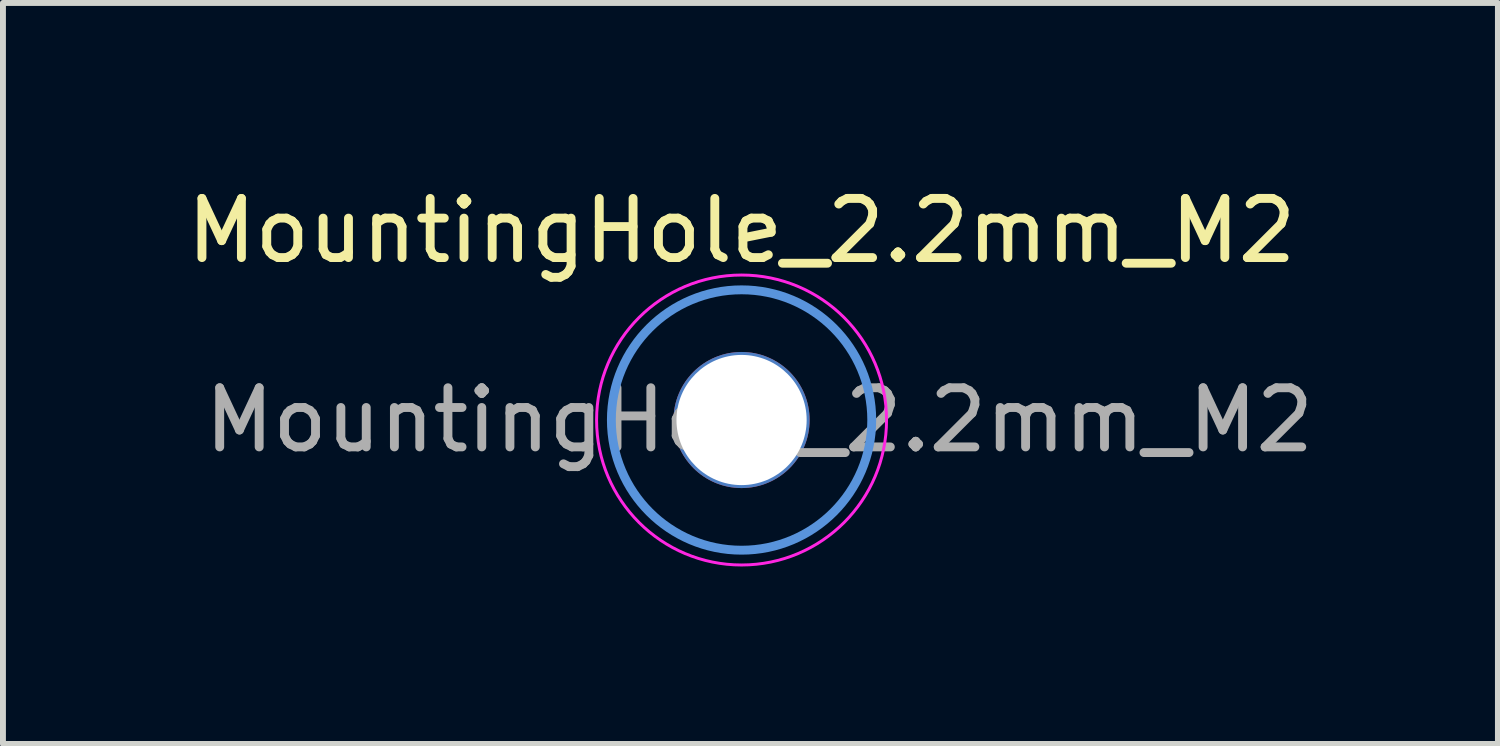
<source format=kicad_pcb>
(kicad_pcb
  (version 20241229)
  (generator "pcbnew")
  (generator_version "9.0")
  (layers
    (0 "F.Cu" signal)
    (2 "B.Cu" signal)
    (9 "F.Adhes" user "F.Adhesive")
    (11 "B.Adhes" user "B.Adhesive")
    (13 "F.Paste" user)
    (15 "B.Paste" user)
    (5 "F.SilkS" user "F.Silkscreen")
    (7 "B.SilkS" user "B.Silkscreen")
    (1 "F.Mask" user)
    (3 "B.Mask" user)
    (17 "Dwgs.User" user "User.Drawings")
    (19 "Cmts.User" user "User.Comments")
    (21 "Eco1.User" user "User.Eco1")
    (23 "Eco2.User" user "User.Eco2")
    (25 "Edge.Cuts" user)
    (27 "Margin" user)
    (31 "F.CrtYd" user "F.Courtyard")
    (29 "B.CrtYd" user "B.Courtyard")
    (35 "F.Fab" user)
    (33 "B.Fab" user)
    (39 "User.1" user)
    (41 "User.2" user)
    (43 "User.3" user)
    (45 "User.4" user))
  (footprint "MountingHole_2.2mm_M2"
    (layer "F.Cu")
    (at 9.482 4.048)
    (property "Reference" "MountingHole_2.2mm_M2" (at 0 -3.2 0) (layer "F.SilkS") (effects (font (size 1 1) (thickness 0.15))))
    (attr exclude_from_pos_files exclude_from_bom)
    (fp_circle (center 0 0) (end 2.2 0) (stroke (width 0.15) (type solid)) (fill no) (layer "Cmts.User"))
    (fp_circle (center 0 0) (end 2.45 0) (stroke (width 0.05) (type solid)) (fill no) (layer "F.CrtYd"))
    (fp_text user "${REFERENCE}" (at 0.3 0 0) (layer "F.Fab") (effects (font (size 1 1) (thickness 0.15))))
    (pad "" np_thru_hole circle (at 0 0) (size 2.3 2.3) (drill 2.2) (layers "*.Cu" "*.Mask")))
  (gr_rect
    (start -3 -3)
    (end 22.264 9.523)
    (stroke (width 0.1) (type default))
    (fill no)
    (layer "Edge.Cuts")))
</source>
